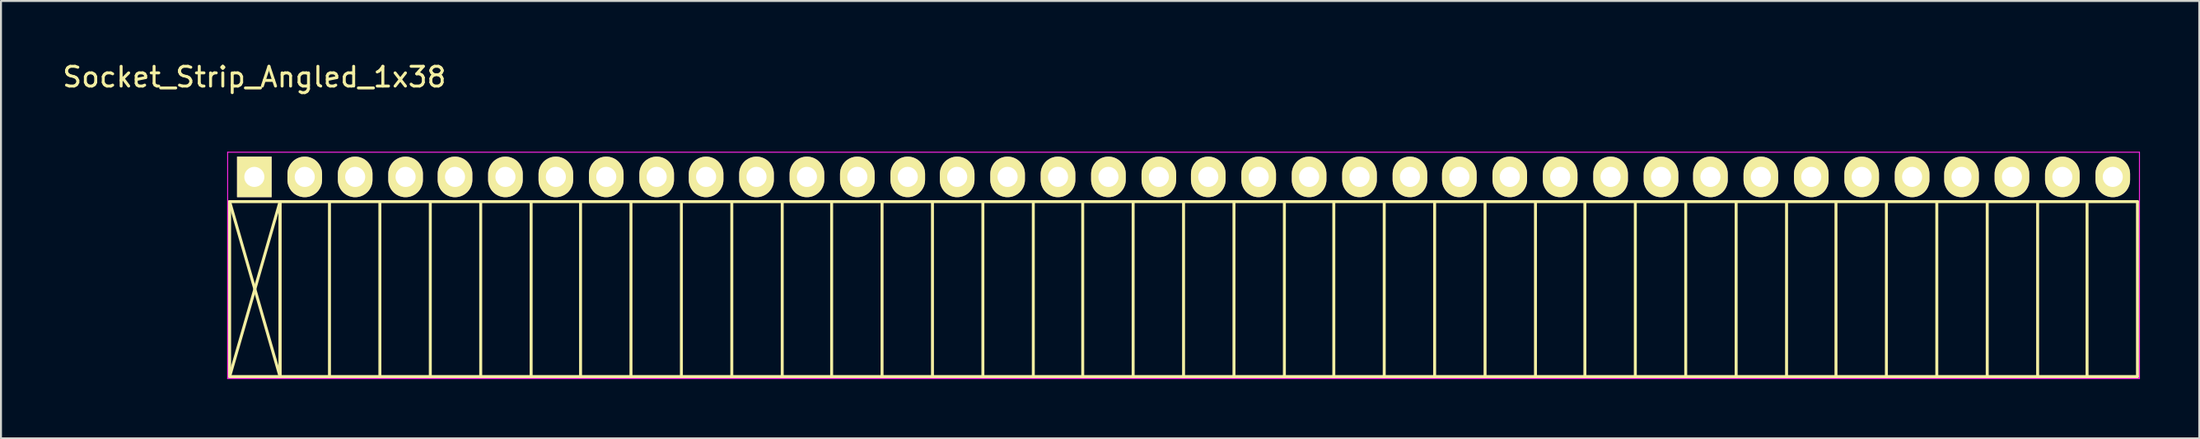
<source format=kicad_pcb>
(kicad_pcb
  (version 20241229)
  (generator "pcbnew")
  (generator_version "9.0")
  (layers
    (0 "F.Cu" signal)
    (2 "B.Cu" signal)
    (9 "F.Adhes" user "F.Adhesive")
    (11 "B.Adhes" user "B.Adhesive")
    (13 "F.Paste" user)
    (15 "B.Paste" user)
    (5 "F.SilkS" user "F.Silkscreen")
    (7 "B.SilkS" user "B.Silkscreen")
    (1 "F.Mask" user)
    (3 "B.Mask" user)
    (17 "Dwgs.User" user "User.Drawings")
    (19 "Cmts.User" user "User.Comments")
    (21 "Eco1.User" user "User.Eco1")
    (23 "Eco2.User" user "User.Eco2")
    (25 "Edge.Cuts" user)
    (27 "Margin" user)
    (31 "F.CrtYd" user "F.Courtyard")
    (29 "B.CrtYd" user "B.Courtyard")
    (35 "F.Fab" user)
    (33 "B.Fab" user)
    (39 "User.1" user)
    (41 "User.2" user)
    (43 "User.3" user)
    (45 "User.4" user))
  (footprint "Socket_Strip_Angled_1x38"
    (layer "F.Cu")
    (at 9.815 5.898)
    (property "Reference" "Socket_Strip_Angled_1x38" (at 0 -5.05 0) (layer "F.SilkS") (effects (font (size 1 1) (thickness 0.15))))
    (attr through_hole)
    (fp_line (start -1.25 1.25) (end -1.25 10.1) (stroke (width 0.15) (type solid)) (layer "F.SilkS"))
    (fp_line (start -1.25 1.25) (end 1.3 1.25) (stroke (width 0.15) (type solid)) (layer "F.SilkS"))
    (fp_line (start -1.25 1.25) (end 1.3 10.1) (stroke (width 0.15) (type solid)) (layer "F.SilkS"))
    (fp_line (start -1.25 10.1) (end 1.3 1.25) (stroke (width 0.15) (type solid)) (layer "F.SilkS"))
    (fp_line (start -1.25 10.1) (end 1.3 10.1) (stroke (width 0.15) (type solid)) (layer "F.SilkS"))
    (fp_line (start 1.3 1.25) (end 1.3 10.1) (stroke (width 0.15) (type solid)) (layer "F.SilkS"))
    (fp_line (start 1.3 1.25) (end 3.8 1.25) (stroke (width 0.15) (type solid)) (layer "F.SilkS"))
    (fp_line (start 1.3 10.1) (end 1.3 1.25) (stroke (width 0.15) (type solid)) (layer "F.SilkS"))
    (fp_line (start 1.3 10.1) (end 3.8 10.1) (stroke (width 0.15) (type solid)) (layer "F.SilkS"))
    (fp_line (start 3.8 1.25) (end 6.35 1.25) (stroke (width 0.15) (type solid)) (layer "F.SilkS"))
    (fp_line (start 3.8 10.1) (end 3.8 1.25) (stroke (width 0.15) (type solid)) (layer "F.SilkS"))
    (fp_line (start 3.8 10.1) (end 6.35 10.1) (stroke (width 0.15) (type solid)) (layer "F.SilkS"))
    (fp_line (start 6.35 1.25) (end 8.9 1.25) (stroke (width 0.15) (type solid)) (layer "F.SilkS"))
    (fp_line (start 6.35 10.1) (end 6.35 1.25) (stroke (width 0.15) (type solid)) (layer "F.SilkS"))
    (fp_line (start 6.35 10.1) (end 8.9 10.1) (stroke (width 0.15) (type solid)) (layer "F.SilkS"))
    (fp_line (start 8.9 1.25) (end 11.45 1.25) (stroke (width 0.15) (type solid)) (layer "F.SilkS"))
    (fp_line (start 8.9 10.1) (end 8.9 1.25) (stroke (width 0.15) (type solid)) (layer "F.SilkS"))
    (fp_line (start 8.9 10.1) (end 11.45 10.1) (stroke (width 0.15) (type solid)) (layer "F.SilkS"))
    (fp_line (start 11.45 1.25) (end 14 1.25) (stroke (width 0.15) (type solid)) (layer "F.SilkS"))
    (fp_line (start 11.45 10.1) (end 11.45 1.25) (stroke (width 0.15) (type solid)) (layer "F.SilkS"))
    (fp_line (start 11.45 10.1) (end 14 10.1) (stroke (width 0.15) (type solid)) (layer "F.SilkS"))
    (fp_line (start 14 1.25) (end 16.5 1.25) (stroke (width 0.15) (type solid)) (layer "F.SilkS"))
    (fp_line (start 14 10.1) (end 14 1.25) (stroke (width 0.15) (type solid)) (layer "F.SilkS"))
    (fp_line (start 14 10.1) (end 16.5 10.1) (stroke (width 0.15) (type solid)) (layer "F.SilkS"))
    (fp_line (start 16.5 1.25) (end 19.05 1.25) (stroke (width 0.15) (type solid)) (layer "F.SilkS"))
    (fp_line (start 16.5 10.1) (end 16.5 1.25) (stroke (width 0.15) (type solid)) (layer "F.SilkS"))
    (fp_line (start 16.5 10.1) (end 19.05 10.1) (stroke (width 0.15) (type solid)) (layer "F.SilkS"))
    (fp_line (start 19.05 1.25) (end 21.6 1.25) (stroke (width 0.15) (type solid)) (layer "F.SilkS"))
    (fp_line (start 19.05 10.1) (end 19.05 1.25) (stroke (width 0.15) (type solid)) (layer "F.SilkS"))
    (fp_line (start 19.05 10.1) (end 21.6 10.1) (stroke (width 0.15) (type solid)) (layer "F.SilkS"))
    (fp_line (start 21.6 1.25) (end 24.15 1.25) (stroke (width 0.15) (type solid)) (layer "F.SilkS"))
    (fp_line (start 21.6 10.1) (end 21.6 1.25) (stroke (width 0.15) (type solid)) (layer "F.SilkS"))
    (fp_line (start 21.6 10.1) (end 24.15 10.1) (stroke (width 0.15) (type solid)) (layer "F.SilkS"))
    (fp_line (start 24.15 1.25) (end 26.7 1.25) (stroke (width 0.15) (type solid)) (layer "F.SilkS"))
    (fp_line (start 24.15 10.1) (end 24.15 1.25) (stroke (width 0.15) (type solid)) (layer "F.SilkS"))
    (fp_line (start 24.15 10.1) (end 26.7 10.1) (stroke (width 0.15) (type solid)) (layer "F.SilkS"))
    (fp_line (start 26.7 1.25) (end 29.2 1.25) (stroke (width 0.15) (type solid)) (layer "F.SilkS"))
    (fp_line (start 26.7 10.1) (end 26.7 1.25) (stroke (width 0.15) (type solid)) (layer "F.SilkS"))
    (fp_line (start 26.7 10.1) (end 29.2 10.1) (stroke (width 0.15) (type solid)) (layer "F.SilkS"))
    (fp_line (start 29.2 1.25) (end 31.75 1.25) (stroke (width 0.15) (type solid)) (layer "F.SilkS"))
    (fp_line (start 29.2 10.1) (end 29.2 1.25) (stroke (width 0.15) (type solid)) (layer "F.SilkS"))
    (fp_line (start 29.2 10.1) (end 31.75 10.1) (stroke (width 0.15) (type solid)) (layer "F.SilkS"))
    (fp_line (start 31.75 1.25) (end 34.3 1.25) (stroke (width 0.15) (type solid)) (layer "F.SilkS"))
    (fp_line (start 31.75 10.1) (end 31.75 1.25) (stroke (width 0.15) (type solid)) (layer "F.SilkS"))
    (fp_line (start 31.75 10.1) (end 34.3 10.1) (stroke (width 0.15) (type solid)) (layer "F.SilkS"))
    (fp_line (start 34.3 1.25) (end 36.85 1.25) (stroke (width 0.15) (type solid)) (layer "F.SilkS"))
    (fp_line (start 34.3 10.1) (end 34.3 1.25) (stroke (width 0.15) (type solid)) (layer "F.SilkS"))
    (fp_line (start 34.3 10.1) (end 36.85 10.1) (stroke (width 0.15) (type solid)) (layer "F.SilkS"))
    (fp_line (start 36.85 1.25) (end 39.4 1.25) (stroke (width 0.15) (type solid)) (layer "F.SilkS"))
    (fp_line (start 36.85 10.1) (end 36.85 1.25) (stroke (width 0.15) (type solid)) (layer "F.SilkS"))
    (fp_line (start 36.85 10.1) (end 39.4 10.1) (stroke (width 0.15) (type solid)) (layer "F.SilkS"))
    (fp_line (start 39.4 1.25) (end 41.9 1.25) (stroke (width 0.15) (type solid)) (layer "F.SilkS"))
    (fp_line (start 39.4 10.1) (end 39.4 1.25) (stroke (width 0.15) (type solid)) (layer "F.SilkS"))
    (fp_line (start 39.4 10.1) (end 41.9 10.1) (stroke (width 0.15) (type solid)) (layer "F.SilkS"))
    (fp_line (start 41.9 1.25) (end 44.45 1.25) (stroke (width 0.15) (type solid)) (layer "F.SilkS"))
    (fp_line (start 41.9 10.1) (end 41.9 1.25) (stroke (width 0.15) (type solid)) (layer "F.SilkS"))
    (fp_line (start 41.9 10.1) (end 44.45 10.1) (stroke (width 0.15) (type solid)) (layer "F.SilkS"))
    (fp_line (start 44.45 1.25) (end 47 1.25) (stroke (width 0.15) (type solid)) (layer "F.SilkS"))
    (fp_line (start 44.45 10.1) (end 44.45 1.25) (stroke (width 0.15) (type solid)) (layer "F.SilkS"))
    (fp_line (start 44.45 10.1) (end 47 10.1) (stroke (width 0.15) (type solid)) (layer "F.SilkS"))
    (fp_line (start 47 1.25) (end 49.55 1.25) (stroke (width 0.15) (type solid)) (layer "F.SilkS"))
    (fp_line (start 47 10.1) (end 47 1.25) (stroke (width 0.15) (type solid)) (layer "F.SilkS"))
    (fp_line (start 47 10.1) (end 49.55 10.1) (stroke (width 0.15) (type solid)) (layer "F.SilkS"))
    (fp_line (start 49.55 1.25) (end 52.1 1.25) (stroke (width 0.15) (type solid)) (layer "F.SilkS"))
    (fp_line (start 49.55 10.1) (end 49.55 1.25) (stroke (width 0.15) (type solid)) (layer "F.SilkS"))
    (fp_line (start 49.55 10.1) (end 52.1 10.1) (stroke (width 0.15) (type solid)) (layer "F.SilkS"))
    (fp_line (start 52.1 1.25) (end 54.6 1.25) (stroke (width 0.15) (type solid)) (layer "F.SilkS"))
    (fp_line (start 52.1 10.1) (end 52.1 1.25) (stroke (width 0.15) (type solid)) (layer "F.SilkS"))
    (fp_line (start 52.1 10.1) (end 54.6 10.1) (stroke (width 0.15) (type solid)) (layer "F.SilkS"))
    (fp_line (start 54.6 1.25) (end 57.15 1.25) (stroke (width 0.15) (type solid)) (layer "F.SilkS"))
    (fp_line (start 54.6 10.1) (end 54.6 1.25) (stroke (width 0.15) (type solid)) (layer "F.SilkS"))
    (fp_line (start 54.6 10.1) (end 57.15 10.1) (stroke (width 0.15) (type solid)) (layer "F.SilkS"))
    (fp_line (start 57.15 1.25) (end 59.7 1.25) (stroke (width 0.15) (type solid)) (layer "F.SilkS"))
    (fp_line (start 57.15 10.1) (end 57.15 1.25) (stroke (width 0.15) (type solid)) (layer "F.SilkS"))
    (fp_line (start 57.15 10.1) (end 59.7 10.1) (stroke (width 0.15) (type solid)) (layer "F.SilkS"))
    (fp_line (start 59.7 1.25) (end 62.25 1.25) (stroke (width 0.15) (type solid)) (layer "F.SilkS"))
    (fp_line (start 59.7 10.1) (end 59.7 1.25) (stroke (width 0.15) (type solid)) (layer "F.SilkS"))
    (fp_line (start 59.7 10.1) (end 62.25 10.1) (stroke (width 0.15) (type solid)) (layer "F.SilkS"))
    (fp_line (start 62.25 1.25) (end 64.8 1.25) (stroke (width 0.15) (type solid)) (layer "F.SilkS"))
    (fp_line (start 62.25 10.1) (end 62.25 1.25) (stroke (width 0.15) (type solid)) (layer "F.SilkS"))
    (fp_line (start 62.25 10.1) (end 64.8 10.1) (stroke (width 0.15) (type solid)) (layer "F.SilkS"))
    (fp_line (start 64.8 1.25) (end 67.3 1.25) (stroke (width 0.15) (type solid)) (layer "F.SilkS"))
    (fp_line (start 64.8 10.1) (end 64.8 1.25) (stroke (width 0.15) (type solid)) (layer "F.SilkS"))
    (fp_line (start 64.8 10.1) (end 67.3 10.1) (stroke (width 0.15) (type solid)) (layer "F.SilkS"))
    (fp_line (start 67.3 1.25) (end 69.85 1.25) (stroke (width 0.15) (type solid)) (layer "F.SilkS"))
    (fp_line (start 67.3 10.1) (end 67.3 1.25) (stroke (width 0.15) (type solid)) (layer "F.SilkS"))
    (fp_line (start 67.3 10.1) (end 69.85 10.1) (stroke (width 0.15) (type solid)) (layer "F.SilkS"))
    (fp_line (start 69.85 1.25) (end 72.4 1.25) (stroke (width 0.15) (type solid)) (layer "F.SilkS"))
    (fp_line (start 69.85 10.1) (end 69.85 1.25) (stroke (width 0.15) (type solid)) (layer "F.SilkS"))
    (fp_line (start 69.85 10.1) (end 72.4 10.1) (stroke (width 0.15) (type solid)) (layer "F.SilkS"))
    (fp_line (start 72.4 1.25) (end 74.95 1.25) (stroke (width 0.15) (type solid)) (layer "F.SilkS"))
    (fp_line (start 72.4 10.1) (end 72.4 1.25) (stroke (width 0.15) (type solid)) (layer "F.SilkS"))
    (fp_line (start 72.4 10.1) (end 74.95 10.1) (stroke (width 0.15) (type solid)) (layer "F.SilkS"))
    (fp_line (start 74.95 1.25) (end 77.5 1.25) (stroke (width 0.15) (type solid)) (layer "F.SilkS"))
    (fp_line (start 74.95 10.1) (end 74.95 1.25) (stroke (width 0.15) (type solid)) (layer "F.SilkS"))
    (fp_line (start 74.95 10.1) (end 77.5 10.1) (stroke (width 0.15) (type solid)) (layer "F.SilkS"))
    (fp_line (start 77.5 1.25) (end 80 1.25) (stroke (width 0.15) (type solid)) (layer "F.SilkS"))
    (fp_line (start 77.5 10.1) (end 77.5 1.25) (stroke (width 0.15) (type solid)) (layer "F.SilkS"))
    (fp_line (start 77.5 10.1) (end 80 10.1) (stroke (width 0.15) (type solid)) (layer "F.SilkS"))
    (fp_line (start 80 1.25) (end 82.55 1.25) (stroke (width 0.15) (type solid)) (layer "F.SilkS"))
    (fp_line (start 80 10.1) (end 80 1.25) (stroke (width 0.15) (type solid)) (layer "F.SilkS"))
    (fp_line (start 80 10.1) (end 82.55 10.1) (stroke (width 0.15) (type solid)) (layer "F.SilkS"))
    (fp_line (start 82.55 1.25) (end 85.1 1.25) (stroke (width 0.15) (type solid)) (layer "F.SilkS"))
    (fp_line (start 82.55 10.1) (end 82.55 1.25) (stroke (width 0.15) (type solid)) (layer "F.SilkS"))
    (fp_line (start 82.55 10.1) (end 85.1 10.1) (stroke (width 0.15) (type solid)) (layer "F.SilkS"))
    (fp_line (start 85.1 1.25) (end 87.65 1.25) (stroke (width 0.15) (type solid)) (layer "F.SilkS"))
    (fp_line (start 85.1 10.1) (end 85.1 1.25) (stroke (width 0.15) (type solid)) (layer "F.SilkS"))
    (fp_line (start 85.1 10.1) (end 87.65 10.1) (stroke (width 0.15) (type solid)) (layer "F.SilkS"))
    (fp_line (start 87.65 1.25) (end 90.2 1.25) (stroke (width 0.15) (type solid)) (layer "F.SilkS"))
    (fp_line (start 87.65 10.1) (end 87.65 1.25) (stroke (width 0.15) (type solid)) (layer "F.SilkS"))
    (fp_line (start 87.65 10.1) (end 90.2 10.1) (stroke (width 0.15) (type solid)) (layer "F.SilkS"))
    (fp_line (start 90.2 1.25) (end 92.7 1.25) (stroke (width 0.15) (type solid)) (layer "F.SilkS"))
    (fp_line (start 90.2 10.1) (end 90.2 1.25) (stroke (width 0.15) (type solid)) (layer "F.SilkS"))
    (fp_line (start 90.2 10.1) (end 92.7 10.1) (stroke (width 0.15) (type solid)) (layer "F.SilkS"))
    (fp_line (start 92.7 1.25) (end 95.25 1.25) (stroke (width 0.15) (type solid)) (layer "F.SilkS"))
    (fp_line (start 92.7 10.1) (end 92.7 1.25) (stroke (width 0.15) (type solid)) (layer "F.SilkS"))
    (fp_line (start 92.7 10.1) (end 95.25 10.1) (stroke (width 0.15) (type solid)) (layer "F.SilkS"))
    (fp_line (start 95.25 10.1) (end 95.25 1.25) (stroke (width 0.15) (type solid)) (layer "F.SilkS"))
    (fp_line (start -1.35 -1.25) (end -1.35 10.2) (stroke (width 0.05) (type solid)) (layer "F.CrtYd"))
    (fp_line (start -1.35 -1.25) (end 95.35 -1.25) (stroke (width 0.05) (type solid)) (layer "F.CrtYd"))
    (fp_line (start -1.35 10.2) (end 95.35 10.2) (stroke (width 0.05) (type solid)) (layer "F.CrtYd"))
    (fp_line (start 95.35 -1.25) (end 95.35 10.2) (stroke (width 0.05) (type solid)) (layer "F.CrtYd"))
    (pad "1" thru_hole rect (at 0 0) (size 1.75 2.05) (drill 1.016) (layers "*.Cu" "*.Mask" "F.SilkS"))
    (pad "2" thru_hole oval (at 2.55 0) (size 1.75 2.05) (drill 1.016) (layers "*.Cu" "*.Mask" "F.SilkS"))
    (pad "3" thru_hole oval (at 5.1 0) (size 1.75 2.05) (drill 1.016) (layers "*.Cu" "*.Mask" "F.SilkS"))
    (pad "4" thru_hole oval (at 7.65 0) (size 1.75 2.05) (drill 1.016) (layers "*.Cu" "*.Mask" "F.SilkS"))
    (pad "5" thru_hole oval (at 10.15 0) (size 1.75 2.05) (drill 1.016) (layers "*.Cu" "*.Mask" "F.SilkS"))
    (pad "6" thru_hole oval (at 12.7 0) (size 1.75 2.05) (drill 1.016) (layers "*.Cu" "*.Mask" "F.SilkS"))
    (pad "7" thru_hole oval (at 15.25 0) (size 1.75 2.05) (drill 1.016) (layers "*.Cu" "*.Mask" "F.SilkS"))
    (pad "8" thru_hole oval (at 17.8 0) (size 1.75 2.05) (drill 1.016) (layers "*.Cu" "*.Mask" "F.SilkS"))
    (pad "9" thru_hole oval (at 20.35 0) (size 1.75 2.05) (drill 1.016) (layers "*.Cu" "*.Mask" "F.SilkS"))
    (pad "10" thru_hole oval (at 22.85 0) (size 1.75 2.05) (drill 1.016) (layers "*.Cu" "*.Mask" "F.SilkS"))
    (pad "11" thru_hole oval (at 25.4 0) (size 1.75 2.05) (drill 1.016) (layers "*.Cu" "*.Mask" "F.SilkS"))
    (pad "12" thru_hole oval (at 27.95 0) (size 1.75 2.05) (drill 1.016) (layers "*.Cu" "*.Mask" "F.SilkS"))
    (pad "13" thru_hole oval (at 30.5 0) (size 1.75 2.05) (drill 1.016) (layers "*.Cu" "*.Mask" "F.SilkS"))
    (pad "14" thru_hole oval (at 33.05 0) (size 1.75 2.05) (drill 1.016) (layers "*.Cu" "*.Mask" "F.SilkS"))
    (pad "15" thru_hole oval (at 35.55 0) (size 1.75 2.05) (drill 1.016) (layers "*.Cu" "*.Mask" "F.SilkS"))
    (pad "16" thru_hole oval (at 38.1 0) (size 1.75 2.05) (drill 1.016) (layers "*.Cu" "*.Mask" "F.SilkS"))
    (pad "17" thru_hole oval (at 40.65 0) (size 1.75 2.05) (drill 1.016) (layers "*.Cu" "*.Mask" "F.SilkS"))
    (pad "18" thru_hole oval (at 43.2 0) (size 1.75 2.05) (drill 1.016) (layers "*.Cu" "*.Mask" "F.SilkS"))
    (pad "19" thru_hole oval (at 45.75 0) (size 1.75 2.05) (drill 1.016) (layers "*.Cu" "*.Mask" "F.SilkS"))
    (pad "20" thru_hole oval (at 48.25 0) (size 1.75 2.05) (drill 1.016) (layers "*.Cu" "*.Mask" "F.SilkS"))
    (pad "21" thru_hole oval (at 50.8 0) (size 1.75 2.05) (drill 1.016) (layers "*.Cu" "*.Mask" "F.SilkS"))
    (pad "22" thru_hole oval (at 53.35 0) (size 1.75 2.05) (drill 1.016) (layers "*.Cu" "*.Mask" "F.SilkS"))
    (pad "23" thru_hole oval (at 55.9 0) (size 1.75 2.05) (drill 1.016) (layers "*.Cu" "*.Mask" "F.SilkS"))
    (pad "24" thru_hole oval (at 58.45 0) (size 1.75 2.05) (drill 1.016) (layers "*.Cu" "*.Mask" "F.SilkS"))
    (pad "25" thru_hole oval (at 60.95 0) (size 1.75 2.05) (drill 1.016) (layers "*.Cu" "*.Mask" "F.SilkS"))
    (pad "26" thru_hole oval (at 63.5 0) (size 1.75 2.05) (drill 1.016) (layers "*.Cu" "*.Mask" "F.SilkS"))
    (pad "27" thru_hole oval (at 66.05 0) (size 1.75 2.05) (drill 1.016) (layers "*.Cu" "*.Mask" "F.SilkS"))
    (pad "28" thru_hole oval (at 68.6 0) (size 1.75 2.05) (drill 1.016) (layers "*.Cu" "*.Mask" "F.SilkS"))
    (pad "29" thru_hole oval (at 71.15 0) (size 1.75 2.05) (drill 1.016) (layers "*.Cu" "*.Mask" "F.SilkS"))
    (pad "30" thru_hole oval (at 73.65 0) (size 1.75 2.05) (drill 1.016) (layers "*.Cu" "*.Mask" "F.SilkS"))
    (pad "31" thru_hole oval (at 76.2 0) (size 1.75 2.05) (drill 1.016) (layers "*.Cu" "*.Mask" "F.SilkS"))
    (pad "32" thru_hole oval (at 78.75 0) (size 1.75 2.05) (drill 1.016) (layers "*.Cu" "*.Mask" "F.SilkS"))
    (pad "33" thru_hole oval (at 81.3 0) (size 1.75 2.05) (drill 1.016) (layers "*.Cu" "*.Mask" "F.SilkS"))
    (pad "34" thru_hole oval (at 83.85 0) (size 1.75 2.05) (drill 1.016) (layers "*.Cu" "*.Mask" "F.SilkS"))
    (pad "35" thru_hole oval (at 86.35 0) (size 1.75 2.05) (drill 1.016) (layers "*.Cu" "*.Mask" "F.SilkS"))
    (pad "36" thru_hole oval (at 88.9 0) (size 1.75 2.05) (drill 1.016) (layers "*.Cu" "*.Mask" "F.SilkS"))
    (pad "37" thru_hole oval (at 91.45 0) (size 1.75 2.05) (drill 1.016) (layers "*.Cu" "*.Mask" "F.SilkS"))
    (pad "38" thru_hole oval (at 94 0) (size 1.75 2.05) (drill 1.016) (layers "*.Cu" "*.Mask" "F.SilkS")))
  (gr_rect
    (start -3 -3)
    (end 108.19 19.123)
    (stroke (width 0.1) (type default))
    (fill no)
    (layer "Edge.Cuts")))
</source>
